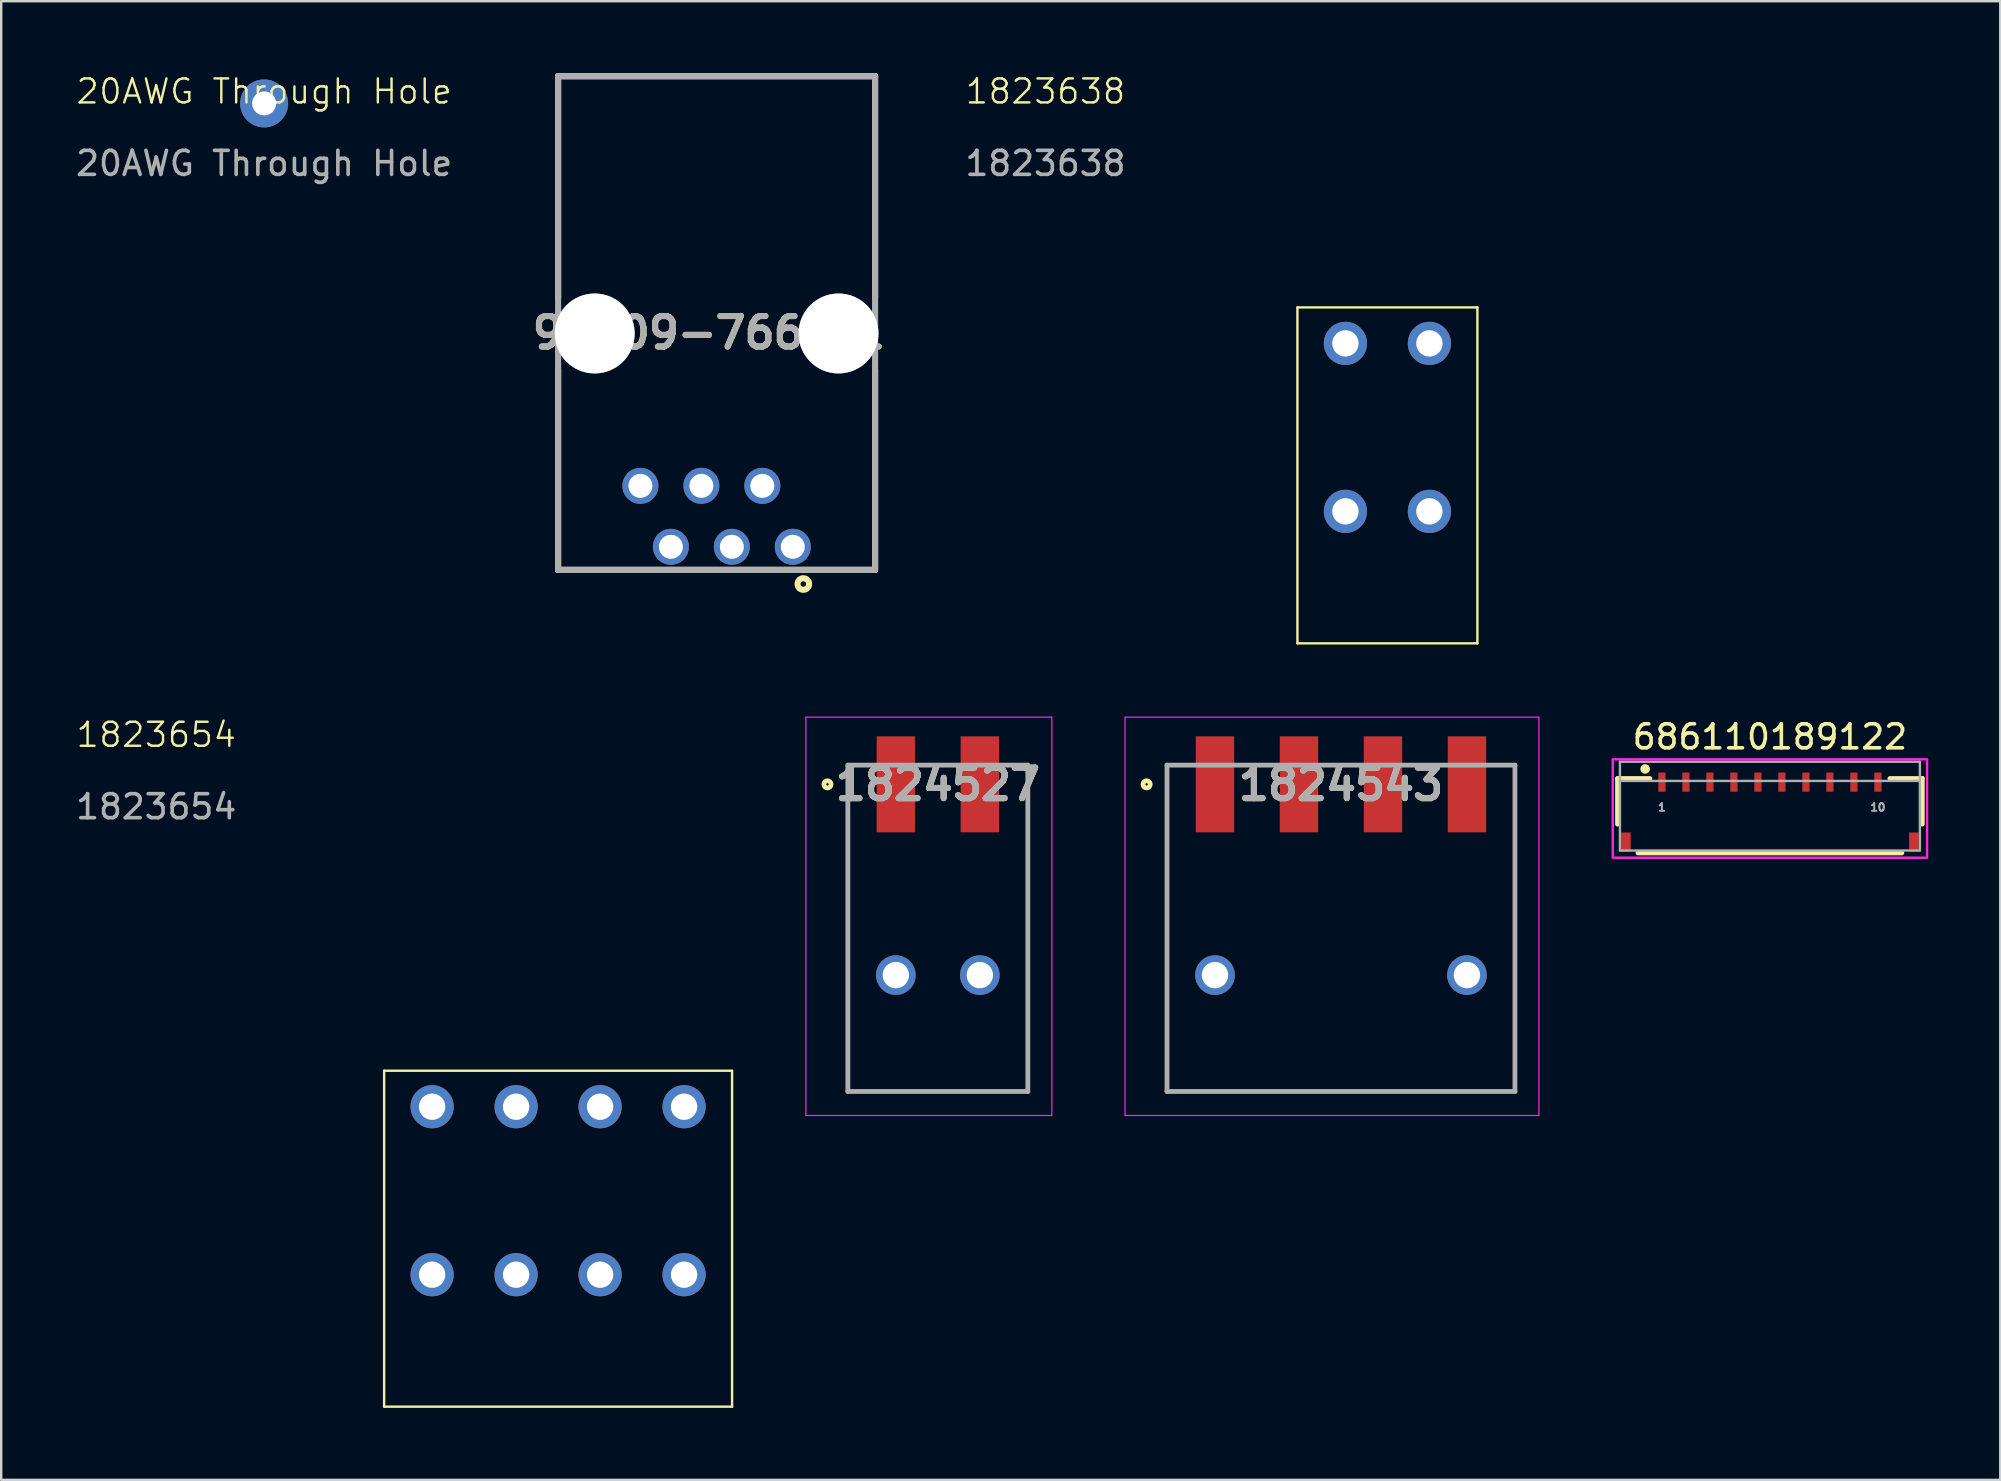
<source format=kicad_pcb>
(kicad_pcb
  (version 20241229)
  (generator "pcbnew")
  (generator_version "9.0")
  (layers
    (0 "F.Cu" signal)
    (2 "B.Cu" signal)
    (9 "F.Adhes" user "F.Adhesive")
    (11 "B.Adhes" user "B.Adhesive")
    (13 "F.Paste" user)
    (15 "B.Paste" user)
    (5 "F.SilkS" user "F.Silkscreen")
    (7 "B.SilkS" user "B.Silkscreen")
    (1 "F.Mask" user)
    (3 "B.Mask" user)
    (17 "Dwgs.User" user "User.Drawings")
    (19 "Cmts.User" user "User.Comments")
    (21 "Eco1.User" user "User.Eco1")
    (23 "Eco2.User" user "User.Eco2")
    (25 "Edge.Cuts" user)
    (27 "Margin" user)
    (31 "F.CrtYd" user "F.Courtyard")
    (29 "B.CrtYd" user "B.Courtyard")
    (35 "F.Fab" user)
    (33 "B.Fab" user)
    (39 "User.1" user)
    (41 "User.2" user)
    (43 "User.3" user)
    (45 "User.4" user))
  (footprint "686110189122"
    (layer "F.Cu")
    (at 70.708 30.794)
    (property "Reference" "686110189122" (at 0 -3.135 0) (layer "F.SilkS") (effects (font (size 1 1) (thickness 0.15))))
    (attr smd)
    (fp_line (start -6.35 -1.4) (end -6.35 0.5) (stroke (width 0.2) (type solid)) (layer "F.SilkS"))
    (fp_line (start -5.5 1.7) (end 5.5 1.7) (stroke (width 0.2) (type solid)) (layer "F.SilkS"))
    (fp_line (start -5 -1.4) (end -6.35 -1.4) (stroke (width 0.2) (type solid)) (layer "F.SilkS"))
    (fp_line (start 5 -1.4) (end 6.35 -1.4) (stroke (width 0.2) (type solid)) (layer "F.SilkS"))
    (fp_line (start 6.35 -1.4) (end 6.35 0.5) (stroke (width 0.2) (type solid)) (layer "F.SilkS"))
    (fp_circle (center -5.2 -1.8) (end -5.1 -1.8) (stroke (width 0.2) (type solid)) (fill no) (layer "F.SilkS"))
    (fp_poly (pts (xy -6.55 -2.2) (xy 6.55 -2.2) (xy 6.55 1.9) (xy -6.55 1.9)) (stroke (width 0.1) (type solid)) (fill no) (layer "F.CrtYd"))
    (fp_line (start -6.25 -2.1) (end 6.25 -2.1) (stroke (width 0.1) (type solid)) (layer "F.Fab"))
    (fp_line (start -6.25 -1.3) (end -6.25 -2.1) (stroke (width 0.1) (type solid)) (layer "F.Fab"))
    (fp_line (start -6.25 -1.3) (end -6.25 1.6) (stroke (width 0.1) (type solid)) (layer "F.Fab"))
    (fp_line (start -6.25 1.6) (end 6.25 1.6) (stroke (width 0.1) (type solid)) (layer "F.Fab"))
    (fp_line (start 6.25 -2.1) (end 6.25 -1.3) (stroke (width 0.1) (type solid)) (layer "F.Fab"))
    (fp_line (start 6.25 -1.3) (end -6.25 -1.3) (stroke (width 0.1) (type solid)) (layer "F.Fab"))
    (fp_line (start 6.25 1.6) (end 6.25 -1.3) (stroke (width 0.1) (type solid)) (layer "F.Fab"))
    (fp_text user "10" (at 4.5 -0.2 0) (layer "F.Fab") (effects (font (size 0.32 0.32) (thickness 0.15))))
    (fp_text user "1" (at -4.5 -0.2 0) (layer "F.Fab") (effects (font (size 0.32 0.32) (thickness 0.15))))
    (pad "1" smd rect (at -4.5 -1.25) (size 0.3 0.8) (layers "F.Cu" "F.Mask" "F.Paste"))
    (pad "2" smd rect (at -3.5 -1.25) (size 0.3 0.8) (layers "F.Cu" "F.Mask" "F.Paste"))
    (pad "3" smd rect (at -2.5 -1.25) (size 0.3 0.8) (layers "F.Cu" "F.Mask" "F.Paste"))
    (pad "4" smd rect (at -1.5 -1.25) (size 0.3 0.8) (layers "F.Cu" "F.Mask" "F.Paste"))
    (pad "5" smd rect (at -0.5 -1.25) (size 0.3 0.8) (layers "F.Cu" "F.Mask" "F.Paste"))
    (pad "6" smd rect (at 0.5 -1.25) (size 0.3 0.8) (layers "F.Cu" "F.Mask" "F.Paste"))
    (pad "7" smd rect (at 1.5 -1.25) (size 0.3 0.8) (layers "F.Cu" "F.Mask" "F.Paste"))
    (pad "8" smd rect (at 2.5 -1.25) (size 0.3 0.8) (layers "F.Cu" "F.Mask" "F.Paste"))
    (pad "9" smd rect (at 3.5 -1.25) (size 0.3 0.8) (layers "F.Cu" "F.Mask" "F.Paste"))
    (pad "10" smd rect (at 4.5 -1.25) (size 0.3 0.8) (layers "F.Cu" "F.Mask" "F.Paste"))
    (pad "Z1" smd rect (at -6 1.25) (size 0.4 0.8) (layers "F.Cu" "F.Mask" "F.Paste"))
    (pad "Z2" smd rect (at 6 1.25) (size 0.4 0.8) (layers "F.Cu" "F.Mask" "F.Paste")))
  (footprint "1823638"
    (layer "F.Cu")
    (at 53.018 11.261)
    (property "Reference" "1823638" (at -12.5 -10.5 0) (unlocked yes) (layer "F.SilkS") (effects (font (size 1 1) (thickness 0.1))))
    (attr through_hole)
    (fp_line (start -2 -1.5) (end 5.5 -1.5) (stroke (width 0.1) (type default)) (layer "F.SilkS"))
    (fp_line (start -2 12.5) (end -2 -1.5) (stroke (width 0.1) (type default)) (layer "F.SilkS"))
    (fp_line (start 5.5 -1.5) (end 5.5 12.5) (stroke (width 0.1) (type default)) (layer "F.SilkS"))
    (fp_line (start 5.5 12.5) (end -2 12.5) (stroke (width 0.1) (type default)) (layer "F.SilkS"))
    (fp_text user "${REFERENCE}" (at -12.5 -7.5 0) (unlocked yes) (layer "F.Fab") (effects (font (size 1 1) (thickness 0.15))))
    (pad "1" thru_hole circle (at 0 0) (size 1.8 1.8) (drill 1.1) (layers "*.Cu" "*.Mask"))
    (pad "2" thru_hole circle (at 3.5 0) (size 1.8 1.8) (drill 1.1) (layers "*.Cu" "*.Mask"))
    (pad "3" thru_hole circle (at 0 7) (size 1.8 1.8) (drill 1.1) (layers "*.Cu" "*.Mask"))
    (pad "4" thru_hole circle (at 3.5 7) (size 1.8 1.8) (drill 1.1) (layers "*.Cu" "*.Mask")))
  (footprint "1824527"
    (layer "F.Cu")
    (at 36.033 29.636)
    (property "Reference" "1824527" (at 0 0 0) (layer "F.SilkS") (effects (font (size 1.27 1.27) (thickness 0.254))))
    (attr through_hole)
    (fp_line (start -3.75 12.8) (end -3.75 -0.8) (stroke (width 0.1) (type solid)) (layer "F.SilkS"))
    (fp_line (start 3.75 -0.8) (end 3.75 12.8) (stroke (width 0.1) (type solid)) (layer "F.SilkS"))
    (fp_line (start 3.75 12.8) (end -3.75 12.8) (stroke (width 0.1) (type solid)) (layer "F.SilkS"))
    (fp_circle (center -4.6 0) (end -4.6 0.05) (stroke (width 0.2) (type solid)) (fill no) (layer "F.SilkS"))
    (fp_line (start -5.5 -2.8) (end 4.75 -2.8) (stroke (width 0.05) (type solid)) (layer "F.CrtYd"))
    (fp_line (start -5.5 13.8) (end -5.5 -2.8) (stroke (width 0.05) (type solid)) (layer "F.CrtYd"))
    (fp_line (start 4.75 -2.8) (end 4.75 13.8) (stroke (width 0.05) (type solid)) (layer "F.CrtYd"))
    (fp_line (start 4.75 13.8) (end -5.5 13.8) (stroke (width 0.05) (type solid)) (layer "F.CrtYd"))
    (fp_line (start -3.75 -0.8) (end 3.75 -0.8) (stroke (width 0.2) (type solid)) (layer "F.Fab"))
    (fp_line (start -3.75 12.8) (end -3.75 -0.8) (stroke (width 0.2) (type solid)) (layer "F.Fab"))
    (fp_line (start 3.75 -0.8) (end 3.75 12.8) (stroke (width 0.2) (type solid)) (layer "F.Fab"))
    (fp_line (start 3.75 12.8) (end -3.75 12.8) (stroke (width 0.2) (type solid)) (layer "F.Fab"))
    (fp_text user "${REFERENCE}" (at 0 0 0) (layer "F.Fab") (effects (font (size 1.27 1.27) (thickness 0.254))))
    (pad "1" smd rect (at -1.75 0) (size 1.6 4) (layers "F.Cu" "F.Mask" "F.Paste"))
    (pad "2" smd rect (at 1.75 0) (size 1.6 4) (layers "F.Cu" "F.Mask" "F.Paste"))
    (pad "3" thru_hole circle (at -1.75 7.95) (size 1.65 1.65) (drill 1.1) (layers "*.Cu" "*.Mask"))
    (pad "4" thru_hole circle (at 1.75 7.95) (size 1.65 1.65) (drill 1.1) (layers "*.Cu" "*.Mask")))
  (footprint "20AWG Through Hole"
    (layer "F.Cu")
    (at 7.958 1.26)
    (property "Reference" "20AWG Through Hole" (at 0 -0.5 0) (unlocked yes) (layer "F.SilkS") (effects (font (size 1 1) (thickness 0.1))))
    (attr through_hole)
    (fp_text user "${REFERENCE}" (at 0 2.5 0) (unlocked yes) (layer "F.Fab") (effects (font (size 1 1) (thickness 0.15))))
    (pad "1" thru_hole circle (at 0 0) (size 2 2) (drill 1) (layers "*.Cu" "*.Mask")))
  (footprint "95009-7661_1"
    (layer "F.Cu")
    (at 26.813 10.847)
    (property "Reference" "95009-7661_1" (at -0.325 -0.031 0) (layer "F.SilkS") (effects (font (size 1.27 1.27) (thickness 0.254))))
    (attr through_hole)
    (fp_line (start -6.605 -10.72) (end -6.605 -1.5) (stroke (width 0.254) (type solid)) (layer "F.SilkS"))
    (fp_line (start -6.605 9.85) (end -6.605 1.5) (stroke (width 0.254) (type solid)) (layer "F.SilkS"))
    (fp_line (start -6.605 9.85) (end 6.605 9.85) (stroke (width 0.254) (type solid)) (layer "F.SilkS"))
    (fp_line (start 6.605 -10.72) (end -6.605 -10.72) (stroke (width 0.254) (type solid)) (layer "F.SilkS"))
    (fp_line (start 6.605 -10.72) (end 6.605 -1.5) (stroke (width 0.254) (type solid)) (layer "F.SilkS"))
    (fp_line (start 6.605 9.85) (end 6.605 1.5) (stroke (width 0.254) (type solid)) (layer "F.SilkS"))
    (fp_circle (center 3.614 10.441) (end 3.614 10.555) (stroke (width 0.254) (type solid)) (fill no) (layer "F.SilkS"))
    (fp_line (start -6.605 -10.72) (end 6.605 -10.72) (stroke (width 0.254) (type solid)) (layer "F.Fab"))
    (fp_line (start -6.605 9.85) (end -6.605 -10.72) (stroke (width 0.254) (type solid)) (layer "F.Fab"))
    (fp_line (start 6.605 -10.72) (end 6.605 9.85) (stroke (width 0.254) (type solid)) (layer "F.Fab"))
    (fp_line (start 6.605 9.85) (end -6.605 9.85) (stroke (width 0.254) (type solid)) (layer "F.Fab"))
    (fp_text user "${REFERENCE}" (at -0.325 -0.031 0) (layer "F.Fab") (effects (font (size 1.27 1.27) (thickness 0.254))))
    (pad "1" thru_hole circle (at 3.175 8.89) (size 1.5 1.5) (drill 1) (layers "*.Cu" "*.Mask"))
    (pad "2" thru_hole circle (at 1.905 6.35) (size 1.5 1.5) (drill 1) (layers "*.Cu" "*.Mask"))
    (pad "3" thru_hole circle (at 0.635 8.89) (size 1.5 1.5) (drill 1) (layers "*.Cu" "*.Mask"))
    (pad "4" thru_hole circle (at -0.635 6.35) (size 1.5 1.5) (drill 1) (layers "*.Cu" "*.Mask"))
    (pad "5" thru_hole circle (at -1.905 8.89) (size 1.5 1.5) (drill 1) (layers "*.Cu" "*.Mask"))
    (pad "6" thru_hole circle (at -3.175 6.35) (size 1.5 1.5) (drill 1) (layers "*.Cu" "*.Mask"))
    (pad "7" thru_hole circle (at -5.08 0) (size 3.33 3.33) (drill 3.33) (layers "*.Cu" "*.Mask"))
    (pad "8" thru_hole circle (at 5.08 0) (size 3.33 3.33) (drill 3.33) (layers "*.Cu" "*.Mask")))
  (footprint "1823654"
    (layer "F.Cu")
    (at 18.458 43.071)
    (property "Reference" "1823654" (at -15 -15.5 0) (unlocked yes) (layer "F.SilkS") (effects (font (size 1 1) (thickness 0.1))))
    (attr through_hole)
    (fp_line (start -5.5 -1.5) (end 9 -1.5) (stroke (width 0.1) (type default)) (layer "F.SilkS"))
    (fp_line (start -5.5 12.5) (end -5.5 -1.5) (stroke (width 0.1) (type default)) (layer "F.SilkS"))
    (fp_line (start 9 -1.5) (end 9 12.5) (stroke (width 0.1) (type default)) (layer "F.SilkS"))
    (fp_line (start 9 12.5) (end -5.5 12.5) (stroke (width 0.1) (type default)) (layer "F.SilkS"))
    (fp_text user "${REFERENCE}" (at -15 -12.5 0) (unlocked yes) (layer "F.Fab") (effects (font (size 1 1) (thickness 0.15))))
    (pad "1" thru_hole circle (at -3.5 0) (size 1.8 1.8) (drill 1.1) (layers "*.Cu" "*.Mask"))
    (pad "2" thru_hole circle (at 0 0) (size 1.8 1.8) (drill 1.1) (layers "*.Cu" "*.Mask"))
    (pad "3" thru_hole circle (at 3.5 0) (size 1.8 1.8) (drill 1.1) (layers "*.Cu" "*.Mask"))
    (pad "4" thru_hole circle (at 7 0) (size 1.8 1.8) (drill 1.1) (layers "*.Cu" "*.Mask"))
    (pad "5" thru_hole circle (at -3.5 7) (size 1.8 1.8) (drill 1.1) (layers "*.Cu" "*.Mask"))
    (pad "5" thru_hole circle (at 0 7) (size 1.8 1.8) (drill 1.1) (layers "*.Cu" "*.Mask"))
    (pad "6" thru_hole circle (at 3.5 7) (size 1.8 1.8) (drill 1.1) (layers "*.Cu" "*.Mask"))
    (pad "6" thru_hole circle (at 7 7) (size 1.8 1.8) (drill 1.1) (layers "*.Cu" "*.Mask")))
  (footprint "1824543"
    (layer "F.Cu")
    (at 52.833 29.636)
    (property "Reference" "1824543" (at 0 0 0) (layer "F.SilkS") (effects (font (size 1.27 1.27) (thickness 0.254))))
    (attr through_hole)
    (fp_line (start -7.25 12.8) (end -7.25 -0.8) (stroke (width 0.1) (type solid)) (layer "F.SilkS"))
    (fp_line (start 7.25 -0.8) (end 7.25 12.8) (stroke (width 0.1) (type solid)) (layer "F.SilkS"))
    (fp_line (start 7.25 12.8) (end -7.25 12.8) (stroke (width 0.1) (type solid)) (layer "F.SilkS"))
    (fp_circle (center -8.1 0) (end -8.1 0.05) (stroke (width 0.2) (type solid)) (fill no) (layer "F.SilkS"))
    (fp_line (start -9 -2.8) (end 8.25 -2.8) (stroke (width 0.05) (type solid)) (layer "F.CrtYd"))
    (fp_line (start -9 13.8) (end -9 -2.8) (stroke (width 0.05) (type solid)) (layer "F.CrtYd"))
    (fp_line (start 8.25 -2.8) (end 8.25 13.8) (stroke (width 0.05) (type solid)) (layer "F.CrtYd"))
    (fp_line (start 8.25 13.8) (end -9 13.8) (stroke (width 0.05) (type solid)) (layer "F.CrtYd"))
    (fp_line (start -7.25 -0.8) (end 7.25 -0.8) (stroke (width 0.2) (type solid)) (layer "F.Fab"))
    (fp_line (start -7.25 12.8) (end -7.25 -0.8) (stroke (width 0.2) (type solid)) (layer "F.Fab"))
    (fp_line (start 7.25 -0.8) (end 7.25 12.8) (stroke (width 0.2) (type solid)) (layer "F.Fab"))
    (fp_line (start 7.25 12.8) (end -7.25 12.8) (stroke (width 0.2) (type solid)) (layer "F.Fab"))
    (fp_text user "${REFERENCE}" (at 0 0 0) (layer "F.Fab") (effects (font (size 1.27 1.27) (thickness 0.254))))
    (pad "1" smd rect (at -5.25 0) (size 1.6 4) (layers "F.Cu" "F.Mask" "F.Paste"))
    (pad "2" smd rect (at -1.75 0) (size 1.6 4) (layers "F.Cu" "F.Mask" "F.Paste"))
    (pad "3" smd rect (at 1.75 0) (size 1.6 4) (layers "F.Cu" "F.Mask" "F.Paste"))
    (pad "4" smd rect (at 5.25 0) (size 1.6 4) (layers "F.Cu" "F.Mask" "F.Paste"))
    (pad "5" thru_hole circle (at -5.25 7.95) (size 1.65 1.65) (drill 1.1) (layers "*.Cu" "*.Mask"))
    (pad "6" thru_hole circle (at 5.25 7.95) (size 1.65 1.65) (drill 1.1) (layers "*.Cu" "*.Mask")))
  (gr_rect
    (start -3 -3)
    (end 80.308 58.621)
    (stroke (width 0.1) (type default))
    (fill no)
    (layer "Edge.Cuts")))
</source>
